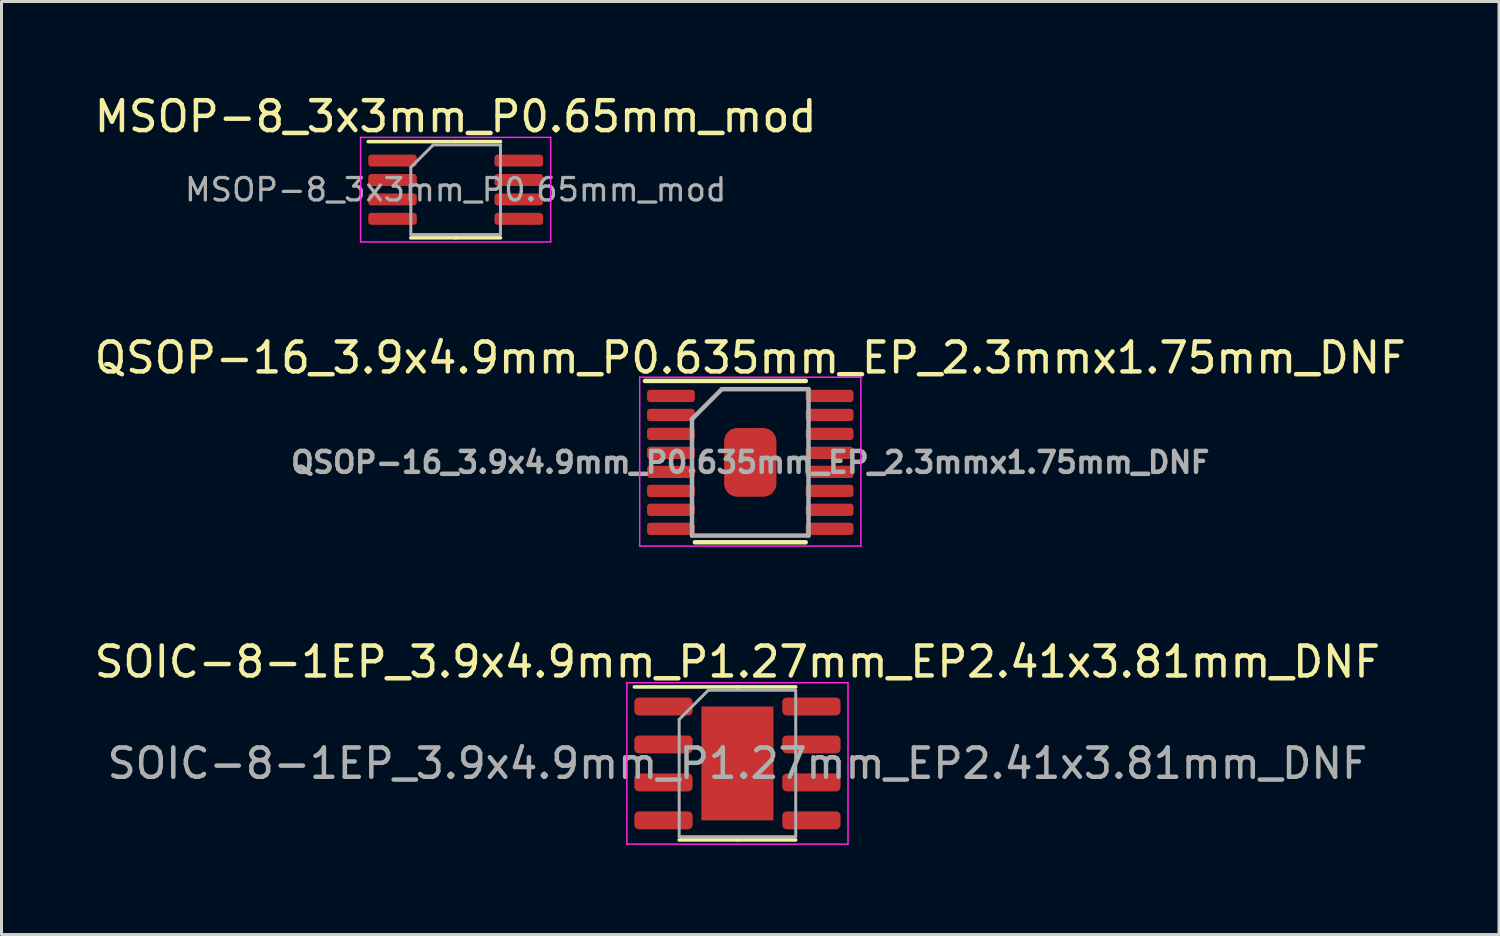
<source format=kicad_pcb>
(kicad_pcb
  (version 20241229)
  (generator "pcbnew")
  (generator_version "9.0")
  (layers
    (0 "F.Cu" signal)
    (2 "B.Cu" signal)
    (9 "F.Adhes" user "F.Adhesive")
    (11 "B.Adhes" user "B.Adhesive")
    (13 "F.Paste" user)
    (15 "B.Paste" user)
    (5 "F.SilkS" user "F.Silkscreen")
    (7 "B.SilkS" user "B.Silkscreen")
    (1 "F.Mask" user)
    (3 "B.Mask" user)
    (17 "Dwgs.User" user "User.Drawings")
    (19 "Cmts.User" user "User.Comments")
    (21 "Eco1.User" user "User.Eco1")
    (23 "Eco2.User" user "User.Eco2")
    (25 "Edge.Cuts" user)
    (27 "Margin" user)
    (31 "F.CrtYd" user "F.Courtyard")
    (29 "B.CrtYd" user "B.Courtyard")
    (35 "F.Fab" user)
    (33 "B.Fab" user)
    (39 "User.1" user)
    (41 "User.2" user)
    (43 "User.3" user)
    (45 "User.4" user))
  (footprint "MSOP-8_3x3mm_P0.65mm_mod"
    (layer "F.Cu")
    (at 12.196 3.298)
    (property "Reference" "MSOP-8_3x3mm_P0.65mm_mod" (at 0 -2.45 0) (layer "F.SilkS") (effects (font (size 1 1) (thickness 0.15))))
    (attr smd)
    (fp_line (start 0 -1.61) (end -2.925 -1.61) (stroke (width 0.12) (type solid)) (layer "F.SilkS"))
    (fp_line (start 0 -1.61) (end 1.5 -1.61) (stroke (width 0.12) (type solid)) (layer "F.SilkS"))
    (fp_line (start 0 1.61) (end -1.5 1.61) (stroke (width 0.12) (type solid)) (layer "F.SilkS"))
    (fp_line (start 0 1.61) (end 1.5 1.61) (stroke (width 0.12) (type solid)) (layer "F.SilkS"))
    (fp_line (start -3.18 -1.75) (end -3.18 1.75) (stroke (width 0.05) (type solid)) (layer "F.CrtYd"))
    (fp_line (start -3.18 1.75) (end 3.18 1.75) (stroke (width 0.05) (type solid)) (layer "F.CrtYd"))
    (fp_line (start 3.18 -1.75) (end -3.18 -1.75) (stroke (width 0.05) (type solid)) (layer "F.CrtYd"))
    (fp_line (start 3.18 1.75) (end 3.18 -1.75) (stroke (width 0.05) (type solid)) (layer "F.CrtYd"))
    (fp_line (start -1.5 -0.75) (end -0.75 -1.5) (stroke (width 0.1) (type solid)) (layer "F.Fab"))
    (fp_line (start -1.5 1.5) (end -1.5 -0.75) (stroke (width 0.1) (type solid)) (layer "F.Fab"))
    (fp_line (start -0.75 -1.5) (end 1.5 -1.5) (stroke (width 0.1) (type solid)) (layer "F.Fab"))
    (fp_line (start 1.5 -1.5) (end 1.5 1.5) (stroke (width 0.1) (type solid)) (layer "F.Fab"))
    (fp_line (start 1.5 1.5) (end -1.5 1.5) (stroke (width 0.1) (type solid)) (layer "F.Fab"))
    (fp_text user "${REFERENCE}" (at 0 0 0) (layer "F.Fab") (effects (font (size 0.75 0.75) (thickness 0.11))))
    (pad "1" smd roundrect (at -2.112 -0.975) (size 1.625 0.4) (layers "F.Cu" "F.Mask" "F.Paste") (roundrect_rratio 0.25))
    (pad "2" smd roundrect (at -2.112 -0.325) (size 1.625 0.4) (layers "F.Cu" "F.Mask" "F.Paste") (roundrect_rratio 0.25))
    (pad "3" smd roundrect (at -2.112 0.325) (size 1.625 0.4) (layers "F.Cu" "F.Mask" "F.Paste") (roundrect_rratio 0.25))
    (pad "4" smd roundrect (at -2.112 0.975) (size 1.625 0.4) (layers "F.Cu" "F.Mask" "F.Paste") (roundrect_rratio 0.25))
    (pad "5" smd roundrect (at 2.112 0.975) (size 1.625 0.4) (layers "F.Cu" "F.Mask" "F.Paste") (roundrect_rratio 0.25))
    (pad "6" smd roundrect (at 2.112 0.325) (size 1.625 0.4) (layers "F.Cu" "F.Mask" "F.Paste") (roundrect_rratio 0.25))
    (pad "7" smd roundrect (at 2.112 -0.325) (size 1.625 0.4) (layers "F.Cu" "F.Mask" "F.Paste") (roundrect_rratio 0.25))
    (pad "8" smd roundrect (at 2.112 -0.975) (size 1.625 0.4) (layers "F.Cu" "F.Mask" "F.Paste") (roundrect_rratio 0.25)))
  (footprint "QSOP-16_3.9x4.9mm_P0.635mm_EP_2.3mmx1.75mm_DNF"
    (layer "F.Cu")
    (at 22.054 12.421)
    (property "Reference" "QSOP-16_3.9x4.9mm_P0.635mm_EP_2.3mmx1.75mm_DNF" (at 0 -3.5 0) (layer "F.SilkS") (effects (font (size 1 1) (thickness 0.15))))
    (attr smd)
    (fp_line (start -3.525 -2.725) (end 1.859 -2.725) (stroke (width 0.15) (type solid)) (layer "F.SilkS"))
    (fp_line (start -1.854 2.675) (end 1.854 2.675) (stroke (width 0.15) (type solid)) (layer "F.SilkS"))
    (fp_line (start -3.7 -2.85) (end -3.7 2.8) (stroke (width 0.05) (type solid)) (layer "F.CrtYd"))
    (fp_line (start -3.7 -2.85) (end 3.7 -2.85) (stroke (width 0.05) (type solid)) (layer "F.CrtYd"))
    (fp_line (start -3.7 2.8) (end 3.7 2.8) (stroke (width 0.05) (type solid)) (layer "F.CrtYd"))
    (fp_line (start 3.7 -2.85) (end 3.7 2.8) (stroke (width 0.05) (type solid)) (layer "F.CrtYd"))
    (fp_line (start -1.95 -1.45) (end -0.95 -2.45) (stroke (width 0.15) (type solid)) (layer "F.Fab"))
    (fp_line (start -1.95 2.45) (end -1.95 -1.45) (stroke (width 0.15) (type solid)) (layer "F.Fab"))
    (fp_line (start -0.95 -2.45) (end 1.95 -2.45) (stroke (width 0.15) (type solid)) (layer "F.Fab"))
    (fp_line (start 1.95 -2.45) (end 1.95 2.45) (stroke (width 0.15) (type solid)) (layer "F.Fab"))
    (fp_line (start 1.95 2.45) (end -1.95 2.45) (stroke (width 0.15) (type solid)) (layer "F.Fab"))
    (fp_text user "${REFERENCE}" (at 0 0 0) (layer "F.Fab") (effects (font (size 0.7 0.7) (thickness 0.15))))
    (pad "1" smd roundrect (at -2.654 -2.223) (size 1.6 0.41) (layers "F.Cu" "F.Mask") (roundrect_rratio 0.25))
    (pad "2" smd roundrect (at -2.654 -1.587) (size 1.6 0.41) (layers "F.Cu" "F.Mask") (roundrect_rratio 0.25))
    (pad "3" smd roundrect (at -2.654 -0.953) (size 1.6 0.41) (layers "F.Cu" "F.Mask") (roundrect_rratio 0.25))
    (pad "4" smd roundrect (at -2.654 -0.318) (size 1.6 0.41) (layers "F.Cu" "F.Mask") (roundrect_rratio 0.25))
    (pad "5" smd roundrect (at -2.654 0.318) (size 1.6 0.41) (layers "F.Cu" "F.Mask") (roundrect_rratio 0.25))
    (pad "6" smd roundrect (at -2.654 0.953) (size 1.6 0.41) (layers "F.Cu" "F.Mask") (roundrect_rratio 0.25))
    (pad "7" smd roundrect (at -2.654 1.587) (size 1.6 0.41) (layers "F.Cu" "F.Mask") (roundrect_rratio 0.25))
    (pad "8" smd roundrect (at -2.654 2.223) (size 1.6 0.41) (layers "F.Cu" "F.Mask") (roundrect_rratio 0.25))
    (pad "9" smd roundrect (at 2.654 2.223) (size 1.6 0.41) (layers "F.Cu" "F.Mask") (roundrect_rratio 0.25))
    (pad "10" smd roundrect (at 2.654 1.587) (size 1.6 0.41) (layers "F.Cu" "F.Mask") (roundrect_rratio 0.25))
    (pad "11" smd roundrect (at 2.654 0.953) (size 1.6 0.41) (layers "F.Cu" "F.Mask") (roundrect_rratio 0.25))
    (pad "12" smd roundrect (at 2.654 0.318) (size 1.6 0.41) (layers "F.Cu" "F.Mask") (roundrect_rratio 0.25))
    (pad "13" smd roundrect (at 2.654 -0.318) (size 1.6 0.41) (layers "F.Cu" "F.Mask") (roundrect_rratio 0.25))
    (pad "14" smd roundrect (at 2.654 -0.953) (size 1.6 0.41) (layers "F.Cu" "F.Mask") (roundrect_rratio 0.25))
    (pad "15" smd roundrect (at 2.654 -1.587) (size 1.6 0.41) (layers "F.Cu" "F.Mask") (roundrect_rratio 0.25))
    (pad "16" smd roundrect (at 2.654 -2.223) (size 1.6 0.41) (layers "F.Cu" "F.Mask") (roundrect_rratio 0.25))
    (pad "17" smd roundrect (at 0 0) (size 1.75 2.3) (layers "F.Cu" "F.Mask") (roundrect_rratio 0.25)))
  (footprint "SOIC-8-1EP_3.9x4.9mm_P1.27mm_EP2.41x3.81mm_DNF"
    (layer "F.Cu")
    (at 21.625 22.495)
    (property "Reference" "SOIC-8-1EP_3.9x4.9mm_P1.27mm_EP2.41x3.81mm_DNF" (at 0 -3.4 0) (layer "F.SilkS") (effects (font (size 1 1) (thickness 0.15))))
    (attr smd)
    (fp_line (start 0 -2.56) (end -3.45 -2.56) (stroke (width 0.12) (type solid)) (layer "F.SilkS"))
    (fp_line (start 0 -2.56) (end 1.95 -2.56) (stroke (width 0.12) (type solid)) (layer "F.SilkS"))
    (fp_line (start 0 2.56) (end -1.95 2.56) (stroke (width 0.12) (type solid)) (layer "F.SilkS"))
    (fp_line (start 0 2.56) (end 1.95 2.56) (stroke (width 0.12) (type solid)) (layer "F.SilkS"))
    (fp_line (start -3.7 -2.7) (end -3.7 2.7) (stroke (width 0.05) (type solid)) (layer "F.CrtYd"))
    (fp_line (start -3.7 2.7) (end 3.7 2.7) (stroke (width 0.05) (type solid)) (layer "F.CrtYd"))
    (fp_line (start 3.7 -2.7) (end -3.7 -2.7) (stroke (width 0.05) (type solid)) (layer "F.CrtYd"))
    (fp_line (start 3.7 2.7) (end 3.7 -2.7) (stroke (width 0.05) (type solid)) (layer "F.CrtYd"))
    (fp_line (start -1.95 -1.475) (end -0.975 -2.45) (stroke (width 0.1) (type solid)) (layer "F.Fab"))
    (fp_line (start -1.95 2.45) (end -1.95 -1.475) (stroke (width 0.1) (type solid)) (layer "F.Fab"))
    (fp_line (start -0.975 -2.45) (end 1.95 -2.45) (stroke (width 0.1) (type solid)) (layer "F.Fab"))
    (fp_line (start 1.95 -2.45) (end 1.95 2.45) (stroke (width 0.1) (type solid)) (layer "F.Fab"))
    (fp_line (start 1.95 2.45) (end -1.95 2.45) (stroke (width 0.1) (type solid)) (layer "F.Fab"))
    (fp_text user "${REFERENCE}" (at 0 0 0) (layer "F.Fab") (effects (font (size 0.98 0.98) (thickness 0.15))))
    (pad "1" smd roundrect (at -2.475 -1.905) (size 1.95 0.6) (layers "F.Cu" "F.Mask") (roundrect_rratio 0.25))
    (pad "2" smd roundrect (at -2.475 -0.635) (size 1.95 0.6) (layers "F.Cu" "F.Mask") (roundrect_rratio 0.25))
    (pad "3" smd roundrect (at -2.475 0.635) (size 1.95 0.6) (layers "F.Cu" "F.Mask") (roundrect_rratio 0.25))
    (pad "4" smd roundrect (at -2.475 1.905) (size 1.95 0.6) (layers "F.Cu" "F.Mask") (roundrect_rratio 0.25))
    (pad "5" smd roundrect (at 2.475 1.905) (size 1.95 0.6) (layers "F.Cu" "F.Mask") (roundrect_rratio 0.25))
    (pad "6" smd roundrect (at 2.475 0.635) (size 1.95 0.6) (layers "F.Cu" "F.Mask") (roundrect_rratio 0.25))
    (pad "7" smd roundrect (at 2.475 -0.635) (size 1.95 0.6) (layers "F.Cu" "F.Mask") (roundrect_rratio 0.25))
    (pad "8" smd roundrect (at 2.475 -1.905) (size 1.95 0.6) (layers "F.Cu" "F.Mask") (roundrect_rratio 0.25))
    (pad "9" smd rect (at 0 0) (size 2.41 3.81) (layers "F.Cu" "F.Mask")))
  (gr_rect
    (start -3 -3)
    (end 47.107 28.22)
    (stroke (width 0.1) (type default))
    (fill no)
    (layer "Edge.Cuts")))
</source>
